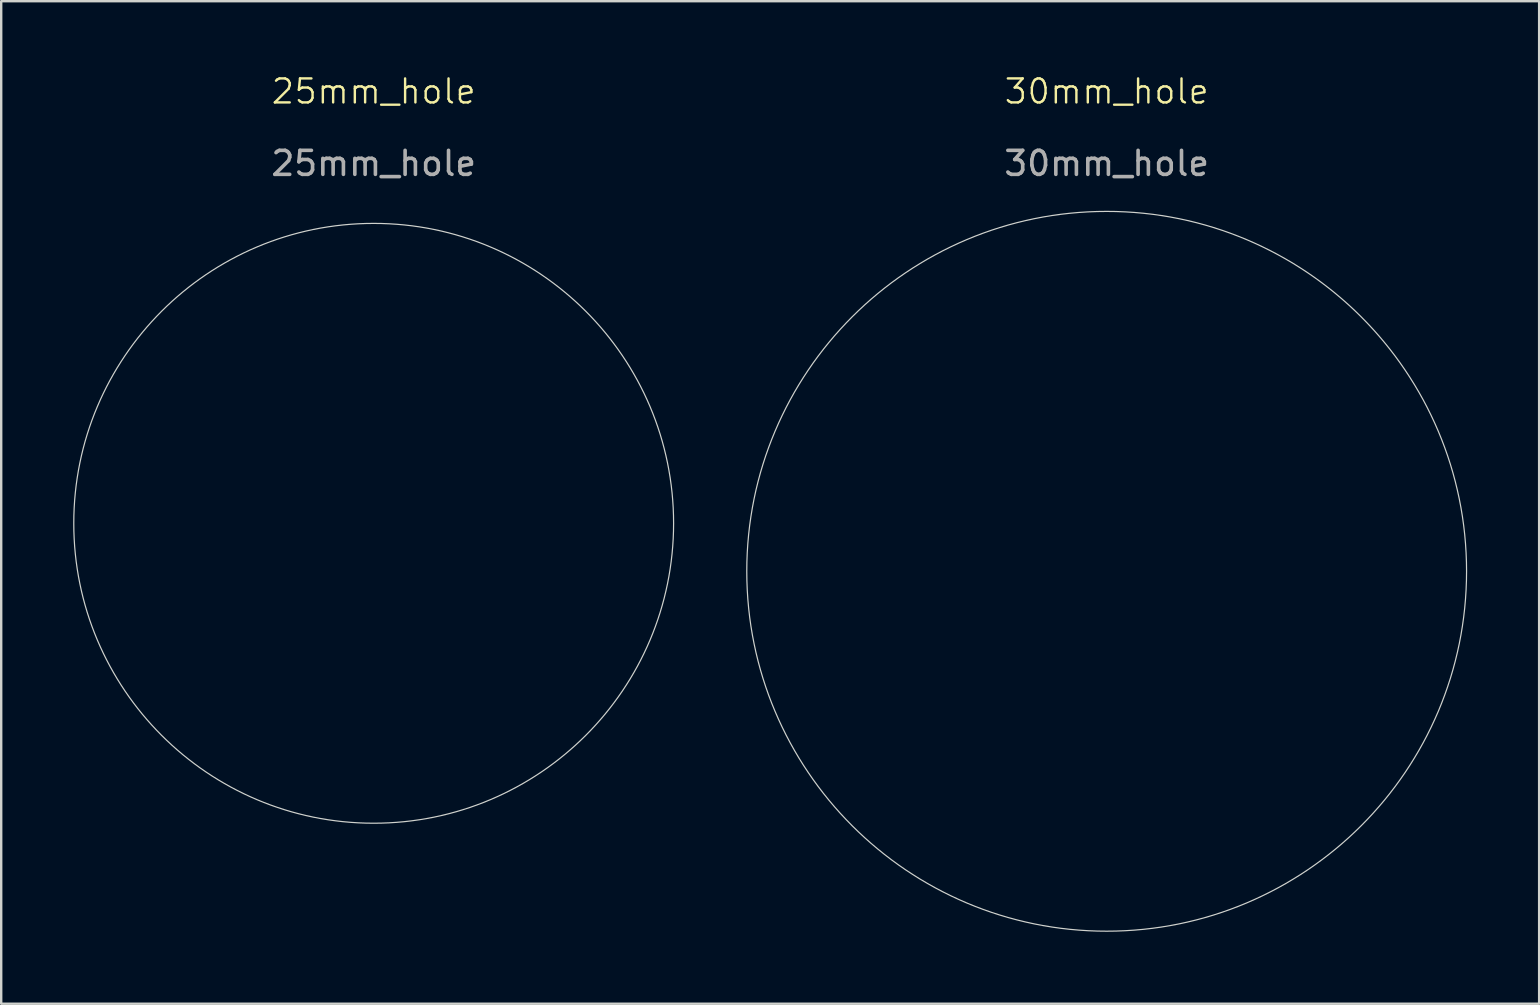
<source format=kicad_pcb>
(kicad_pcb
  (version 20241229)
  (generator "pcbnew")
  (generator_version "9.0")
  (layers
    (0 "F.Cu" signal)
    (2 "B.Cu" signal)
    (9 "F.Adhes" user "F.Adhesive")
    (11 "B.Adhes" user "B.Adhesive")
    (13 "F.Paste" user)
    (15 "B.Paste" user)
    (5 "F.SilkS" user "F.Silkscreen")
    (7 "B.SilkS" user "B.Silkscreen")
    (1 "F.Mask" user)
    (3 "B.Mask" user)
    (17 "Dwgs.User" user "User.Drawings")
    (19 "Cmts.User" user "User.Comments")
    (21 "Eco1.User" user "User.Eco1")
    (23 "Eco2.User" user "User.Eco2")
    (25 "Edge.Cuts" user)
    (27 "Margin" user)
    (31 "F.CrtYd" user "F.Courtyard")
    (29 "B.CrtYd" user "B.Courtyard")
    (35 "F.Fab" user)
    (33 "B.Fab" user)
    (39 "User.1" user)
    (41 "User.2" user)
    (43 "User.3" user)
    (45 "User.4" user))
  (footprint "25mm_hole"
    (layer "F.Cu")
    (at 12.525 18.761)
    (property "Reference" "25mm_hole" (at 0 -18 0) (unlocked yes) (layer "F.SilkS") (effects (font (size 1 1) (thickness 0.1))))
    (attr through_hole)
    (fp_circle (center 0 0) (end 0 -12.5) (stroke (width 0.05) (type default)) (fill no) (layer "Edge.Cuts"))
    (fp_text user "${REFERENCE}" (at 0 -15 0) (unlocked yes) (layer "F.Fab") (effects (font (size 1 1) (thickness 0.15)))))
  (footprint "30mm_hole"
    (layer "F.Cu")
    (at 43.075 20.761)
    (property "Reference" "30mm_hole" (at 0 -20 0) (unlocked yes) (layer "F.SilkS") (effects (font (size 1 1) (thickness 0.1))))
    (attr through_hole)
    (fp_circle (center 0 0) (end 0 -15) (stroke (width 0.05) (type default)) (fill no) (layer "Edge.Cuts"))
    (fp_text user "${REFERENCE}" (at 0 -17 0) (unlocked yes) (layer "F.Fab") (effects (font (size 1 1) (thickness 0.15)))))
  (gr_rect
    (start -3 -3)
    (end 61.1 38.785)
    (stroke (width 0.1) (type default))
    (fill no)
    (layer "Edge.Cuts")))
</source>
